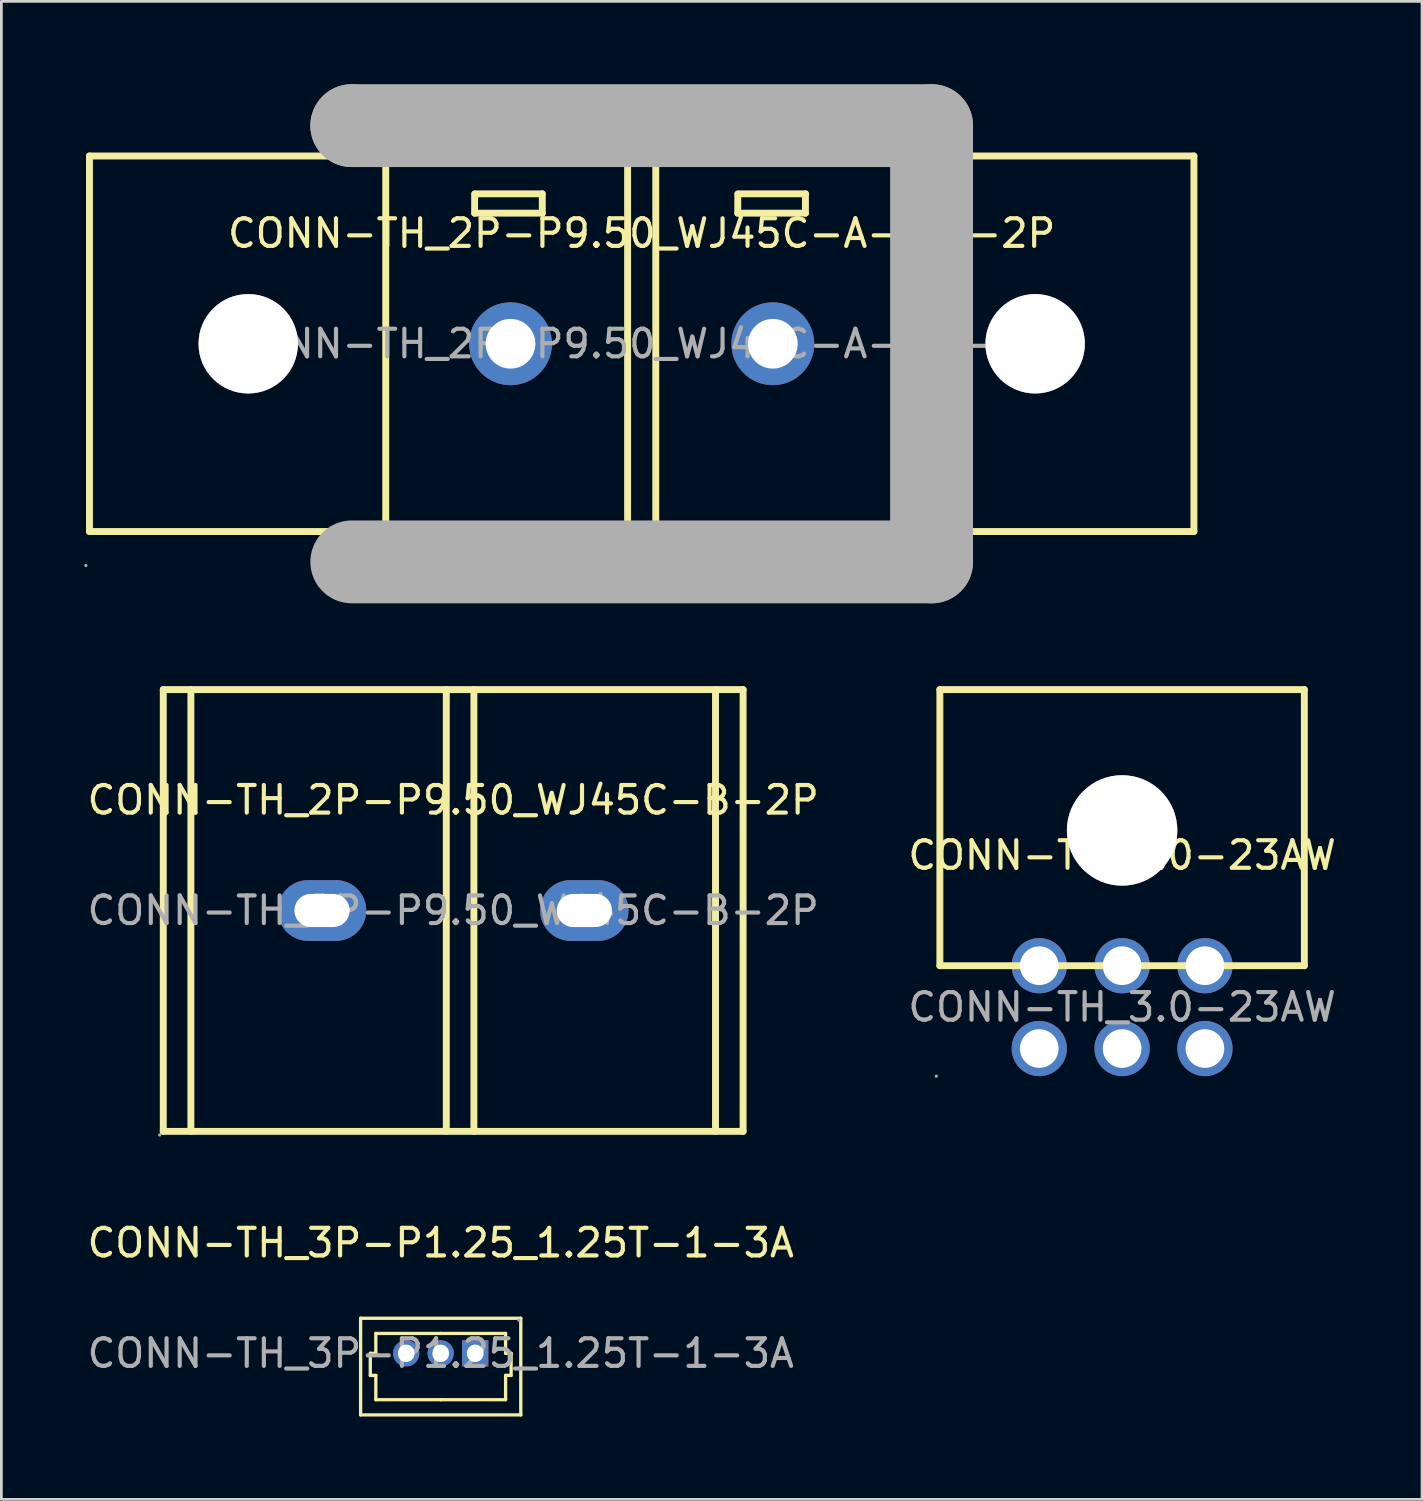
<source format=kicad_pcb>
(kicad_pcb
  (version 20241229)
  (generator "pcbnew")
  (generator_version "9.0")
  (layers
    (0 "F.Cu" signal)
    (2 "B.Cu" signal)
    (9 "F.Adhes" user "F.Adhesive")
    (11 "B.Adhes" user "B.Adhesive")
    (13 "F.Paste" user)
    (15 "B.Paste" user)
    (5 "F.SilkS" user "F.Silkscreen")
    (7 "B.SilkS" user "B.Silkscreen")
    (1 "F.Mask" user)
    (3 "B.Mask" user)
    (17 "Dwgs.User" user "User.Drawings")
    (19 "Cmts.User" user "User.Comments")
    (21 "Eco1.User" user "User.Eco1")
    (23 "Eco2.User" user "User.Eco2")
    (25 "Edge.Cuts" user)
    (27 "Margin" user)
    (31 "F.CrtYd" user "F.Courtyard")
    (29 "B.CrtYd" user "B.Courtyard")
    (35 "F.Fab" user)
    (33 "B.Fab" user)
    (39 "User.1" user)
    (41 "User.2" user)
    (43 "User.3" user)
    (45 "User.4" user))
  (footprint "CONN-TH_3P-P1.25_1.25T-1-3A"
    (layer "F.Cu")
    (at 12.911 45.963)
    (property "Reference" "CONN-TH_3P-P1.25_1.25T-1-3A" (at 0 -4 0) (layer "F.SilkS") (effects (font (size 1 1) (thickness 0.15))))
    (attr through_hole)
    (fp_line (start -2.9 -1.27) (end -2.9 2.23) (stroke (width 0.12) (type solid)) (layer "F.SilkS"))
    (fp_line (start -2.9 2.23) (end 2.9 2.23) (stroke (width 0.12) (type solid)) (layer "F.SilkS"))
    (fp_line (start -2.55 0) (end -2.35 0) (stroke (width 0.12) (type solid)) (layer "F.SilkS"))
    (fp_line (start -2.55 0.8) (end -2.55 0) (stroke (width 0.12) (type solid)) (layer "F.SilkS"))
    (fp_line (start -2.35 -0.72) (end 0 -0.72) (stroke (width 0.12) (type solid)) (layer "F.SilkS"))
    (fp_line (start -2.35 0) (end -2.35 -0.72) (stroke (width 0.12) (type solid)) (layer "F.SilkS"))
    (fp_line (start -2.35 0.8) (end -2.55 0.8) (stroke (width 0.12) (type solid)) (layer "F.SilkS"))
    (fp_line (start -2.35 1.68) (end -2.35 0.8) (stroke (width 0.12) (type solid)) (layer "F.SilkS"))
    (fp_line (start 0 -0.72) (end 2.35 -0.72) (stroke (width 0.12) (type solid)) (layer "F.SilkS"))
    (fp_line (start 0 1.68) (end -2.35 1.68) (stroke (width 0.12) (type solid)) (layer "F.SilkS"))
    (fp_line (start 2.35 -0.72) (end 2.35 0) (stroke (width 0.12) (type solid)) (layer "F.SilkS"))
    (fp_line (start 2.35 0) (end 2.55 0) (stroke (width 0.12) (type solid)) (layer "F.SilkS"))
    (fp_line (start 2.35 0.8) (end 2.35 1.68) (stroke (width 0.12) (type solid)) (layer "F.SilkS"))
    (fp_line (start 2.35 1.68) (end 0 1.68) (stroke (width 0.12) (type solid)) (layer "F.SilkS"))
    (fp_line (start 2.55 0) (end 2.55 0.8) (stroke (width 0.12) (type solid)) (layer "F.SilkS"))
    (fp_line (start 2.55 0.8) (end 2.35 0.8) (stroke (width 0.12) (type solid)) (layer "F.SilkS"))
    (fp_line (start 2.9 -1.27) (end -2.9 -1.27) (stroke (width 0.12) (type solid)) (layer "F.SilkS"))
    (fp_line (start 2.9 2.23) (end 2.9 -1.27) (stroke (width 0.12) (type solid)) (layer "F.SilkS"))
    (fp_circle (center 2.83 -1.2) (end 2.86 -1.2) (stroke (width 0.06) (type solid)) (fill no) (layer "F.Fab"))
    (fp_text user "${REFERENCE}" (at 0 0 0) (layer "F.Fab") (effects (font (size 1 1) (thickness 0.15))))
    (pad "1" thru_hole rect (at 1.25 0 180) (size 0.95 0.95) (drill oval 0.6 0.63) (layers "*.Cu" "*.Paste" "*.Mask"))
    (pad "2" thru_hole circle (at 0 0 180) (size 0.95 0.95) (drill oval 0.6 0.63) (layers "*.Cu" "*.Paste" "*.Mask"))
    (pad "3" thru_hole circle (at -1.25 0 180) (size 0.95 0.95) (drill oval 0.6 0.63) (layers "*.Cu" "*.Paste" "*.Mask")))
  (footprint "CONN-TH_2P-P9.50_WJ45C-A-9.5-2P"
    (layer "F.Cu")
    (at 20.19 9.4)
    (property "Reference" "CONN-TH_2P-P9.50_WJ45C-A-9.5-2P" (at 0 -4 0) (layer "F.SilkS") (effects (font (size 1 1) (thickness 0.15))))
    (attr through_hole)
    (fp_line (start -20 -6.8) (end -20 6.8) (stroke (width 0.25) (type solid)) (layer "F.SilkS"))
    (fp_line (start -20 6.8) (end -10.54 6.8) (stroke (width 0.25) (type solid)) (layer "F.SilkS"))
    (fp_line (start -10.54 -6.8) (end -20 -6.8) (stroke (width 0.25) (type solid)) (layer "F.SilkS"))
    (fp_line (start -9.27 -7.87) (end -9.27 7.89) (stroke (width 0.25) (type solid)) (layer "F.SilkS"))
    (fp_line (start -6.05 -5.42) (end -6.05 -4.73) (stroke (width 0.25) (type solid)) (layer "F.SilkS"))
    (fp_line (start -6.05 -4.73) (end -3.6 -4.73) (stroke (width 0.25) (type solid)) (layer "F.SilkS"))
    (fp_line (start -3.6 -5.43) (end -6.04 -5.43) (stroke (width 0.25) (type solid)) (layer "F.SilkS"))
    (fp_line (start -3.6 -4.73) (end -3.6 -5.43) (stroke (width 0.25) (type solid)) (layer "F.SilkS"))
    (fp_line (start -0.51 -7.87) (end -0.51 7.88) (stroke (width 0.25) (type solid)) (layer "F.SilkS"))
    (fp_line (start 0.51 -7.87) (end 0.51 7.88) (stroke (width 0.25) (type solid)) (layer "F.SilkS"))
    (fp_line (start 3.48 -5.42) (end 3.48 -4.73) (stroke (width 0.25) (type solid)) (layer "F.SilkS"))
    (fp_line (start 3.48 -4.73) (end 5.93 -4.73) (stroke (width 0.25) (type solid)) (layer "F.SilkS"))
    (fp_line (start 5.93 -5.43) (end 3.49 -5.43) (stroke (width 0.25) (type solid)) (layer "F.SilkS"))
    (fp_line (start 5.93 -4.73) (end 5.93 -5.43) (stroke (width 0.25) (type solid)) (layer "F.SilkS"))
    (fp_line (start 9.15 -7.87) (end 9.15 7.88) (stroke (width 0.25) (type solid)) (layer "F.SilkS"))
    (fp_line (start 10.54 6.8) (end 20 6.8) (stroke (width 0.25) (type solid)) (layer "F.SilkS"))
    (fp_line (start 20 -6.8) (end 10.54 -6.8) (stroke (width 0.25) (type solid)) (layer "F.SilkS"))
    (fp_line (start 20 6.8) (end 20 -6.8) (stroke (width 0.25) (type solid)) (layer "F.SilkS"))
    (fp_line (start -10.5 -7.9) (end -10.5 -7.9) (stroke (width 3) (type solid)) (layer "F.Fab"))
    (fp_line (start -10.5 -7.9) (end 10.5 -7.9) (stroke (width 3) (type solid)) (layer "F.Fab"))
    (fp_line (start 10.5 -7.9) (end 10.5 7.9) (stroke (width 3) (type solid)) (layer "F.Fab"))
    (fp_line (start 10.5 7.9) (end -10.5 7.9) (stroke (width 3) (type solid)) (layer "F.Fab"))
    (fp_circle (center -20.13 8.03) (end -20.1 8.03) (stroke (width 0.06) (type solid)) (fill no) (layer "F.Fab"))
    (fp_circle (center -14.25 0) (end -13.4 0) (stroke (width 1.7) (type solid)) (fill no) (layer "F.Fab"))
    (fp_circle (center -4.75 0) (end -4.35 0) (stroke (width 0.8) (type solid)) (fill no) (layer "F.Fab"))
    (fp_circle (center 4.75 0) (end 5.15 0) (stroke (width 0.8) (type solid)) (fill no) (layer "F.Fab"))
    (fp_circle (center 14.25 0) (end 15.1 0) (stroke (width 1.7) (type solid)) (fill no) (layer "F.Fab"))
    (fp_text user "${REFERENCE}" (at 0 0 0) (layer "F.Fab") (effects (font (size 1 1) (thickness 0.15))))
    (pad "" thru_hole circle (at -14.25 0) (size 3.6 3.6) (drill 3.6) (layers "*.Cu" "*.Mask"))
    (pad "" thru_hole circle (at 14.25 0) (size 3.6 3.6) (drill 3.6) (layers "*.Cu" "*.Mask"))
    (pad "1" thru_hole circle (at -4.75 0) (size 3 3) (drill 1.8) (layers "*.Cu" "*.Paste" "*.Mask"))
    (pad "2" thru_hole circle (at 4.75 0) (size 3 3) (drill 1.8) (layers "*.Cu" "*.Paste" "*.Mask")))
  (footprint "CONN-TH_3.0-23AW"
    (layer "F.Cu")
    (at 37.589 33.425)
    (property "Reference" "CONN-TH_3.0-23AW" (at 0 -5.5 0) (layer "F.SilkS") (effects (font (size 1 1) (thickness 0.15))))
    (attr through_hole)
    (fp_line (start -6.6 -11.5) (end -6.6 -1.5) (stroke (width 0.25) (type solid)) (layer "F.SilkS"))
    (fp_line (start -6.6 -11.5) (end 6.6 -11.5) (stroke (width 0.25) (type solid)) (layer "F.SilkS"))
    (fp_line (start -6.6 -1.5) (end 6.6 -1.5) (stroke (width 0.25) (type solid)) (layer "F.SilkS"))
    (fp_line (start 6.6 -11.5) (end 6.6 -1.5) (stroke (width 0.25) (type solid)) (layer "F.SilkS"))
    (fp_circle (center -6.73 2.5) (end -6.7 2.5) (stroke (width 0.06) (type solid)) (fill no) (layer "F.Fab"))
    (fp_circle (center -3 -1.5) (end -2.7 -1.5) (stroke (width 0.6) (type solid)) (fill no) (layer "F.Fab"))
    (fp_circle (center -3 1.5) (end -2.7 1.5) (stroke (width 0.6) (type solid)) (fill no) (layer "F.Fab"))
    (fp_circle (center 0 -6.4) (end 0.95 -6.4) (stroke (width 1.9) (type solid)) (fill no) (layer "F.Fab"))
    (fp_circle (center 0 -1.5) (end 0.3 -1.5) (stroke (width 0.6) (type solid)) (fill no) (layer "F.Fab"))
    (fp_circle (center 0 1.5) (end 0.3 1.5) (stroke (width 0.6) (type solid)) (fill no) (layer "F.Fab"))
    (fp_circle (center 3 -1.5) (end 3.3 -1.5) (stroke (width 0.6) (type solid)) (fill no) (layer "F.Fab"))
    (fp_circle (center 3 1.5) (end 3.3 1.5) (stroke (width 0.6) (type solid)) (fill no) (layer "F.Fab"))
    (fp_text user "${REFERENCE}" (at 0 0 0) (layer "F.Fab") (effects (font (size 1 1) (thickness 0.15))))
    (pad "" thru_hole circle (at 0 -6.4) (size 4 4) (drill 4) (layers "*.Cu" "*.Mask"))
    (pad "1" thru_hole circle (at -3 1.5) (size 2 2) (drill 1.4) (layers "*.Cu" "*.Paste" "*.Mask"))
    (pad "2" thru_hole circle (at -3 -1.5) (size 2 2) (drill 1.4) (layers "*.Cu" "*.Paste" "*.Mask"))
    (pad "3" thru_hole circle (at 0 1.5) (size 2 2) (drill 1.4) (layers "*.Cu" "*.Paste" "*.Mask"))
    (pad "4" thru_hole circle (at 0 -1.5) (size 2 2) (drill 1.4) (layers "*.Cu" "*.Paste" "*.Mask"))
    (pad "5" thru_hole circle (at 3 1.5) (size 2 2) (drill 1.4) (layers "*.Cu" "*.Paste" "*.Mask"))
    (pad "6" thru_hole circle (at 3 -1.5) (size 2 2) (drill 1.4) (layers "*.Cu" "*.Paste" "*.Mask")))
  (footprint "CONN-TH_2P-P9.50_WJ45C-B-2P"
    (layer "F.Cu")
    (at 13.363 29.925)
    (property "Reference" "CONN-TH_2P-P9.50_WJ45C-B-2P" (at 0 -4 0) (layer "F.SilkS") (effects (font (size 1 1) (thickness 0.15))))
    (attr through_hole)
    (fp_line (start -10.5 -8) (end -10.5 8) (stroke (width 0.25) (type solid)) (layer "F.SilkS"))
    (fp_line (start -10.5 -8) (end 10.5 -8) (stroke (width 0.25) (type solid)) (layer "F.SilkS"))
    (fp_line (start -10.5 8) (end 10.5 8) (stroke (width 0.25) (type solid)) (layer "F.SilkS"))
    (fp_line (start -9.5 -8) (end -9.5 8) (stroke (width 0.25) (type solid)) (layer "F.SilkS"))
    (fp_line (start -0.25 -8) (end -0.25 8) (stroke (width 0.25) (type solid)) (layer "F.SilkS"))
    (fp_line (start 0.75 -8) (end 0.75 8) (stroke (width 0.25) (type solid)) (layer "F.SilkS"))
    (fp_line (start 9.5 -8) (end 9.5 8) (stroke (width 0.25) (type solid)) (layer "F.SilkS"))
    (fp_line (start 10.5 -8) (end 10.5 8) (stroke (width 0.25) (type solid)) (layer "F.SilkS"))
    (fp_circle (center -10.63 8.13) (end -10.6 8.13) (stroke (width 0.06) (type solid)) (fill no) (layer "F.Fab"))
    (fp_text user "${REFERENCE}" (at 0 0 0) (layer "F.Fab") (effects (font (size 1 1) (thickness 0.15))))
    (pad "1" thru_hole oval (at -4.75 0) (size 3.2 2.2) (drill oval 2 1.2) (layers "*.Cu" "*.Paste" "*.Mask"))
    (pad "2" thru_hole oval (at 4.75 0) (size 3.2 2.2) (drill oval 2 1.2) (layers "*.Cu" "*.Paste" "*.Mask")))
  (gr_rect
    (start -3 -3)
    (end 48.452 51.253)
    (stroke (width 0.1) (type default))
    (fill no)
    (layer "Edge.Cuts")))
</source>
